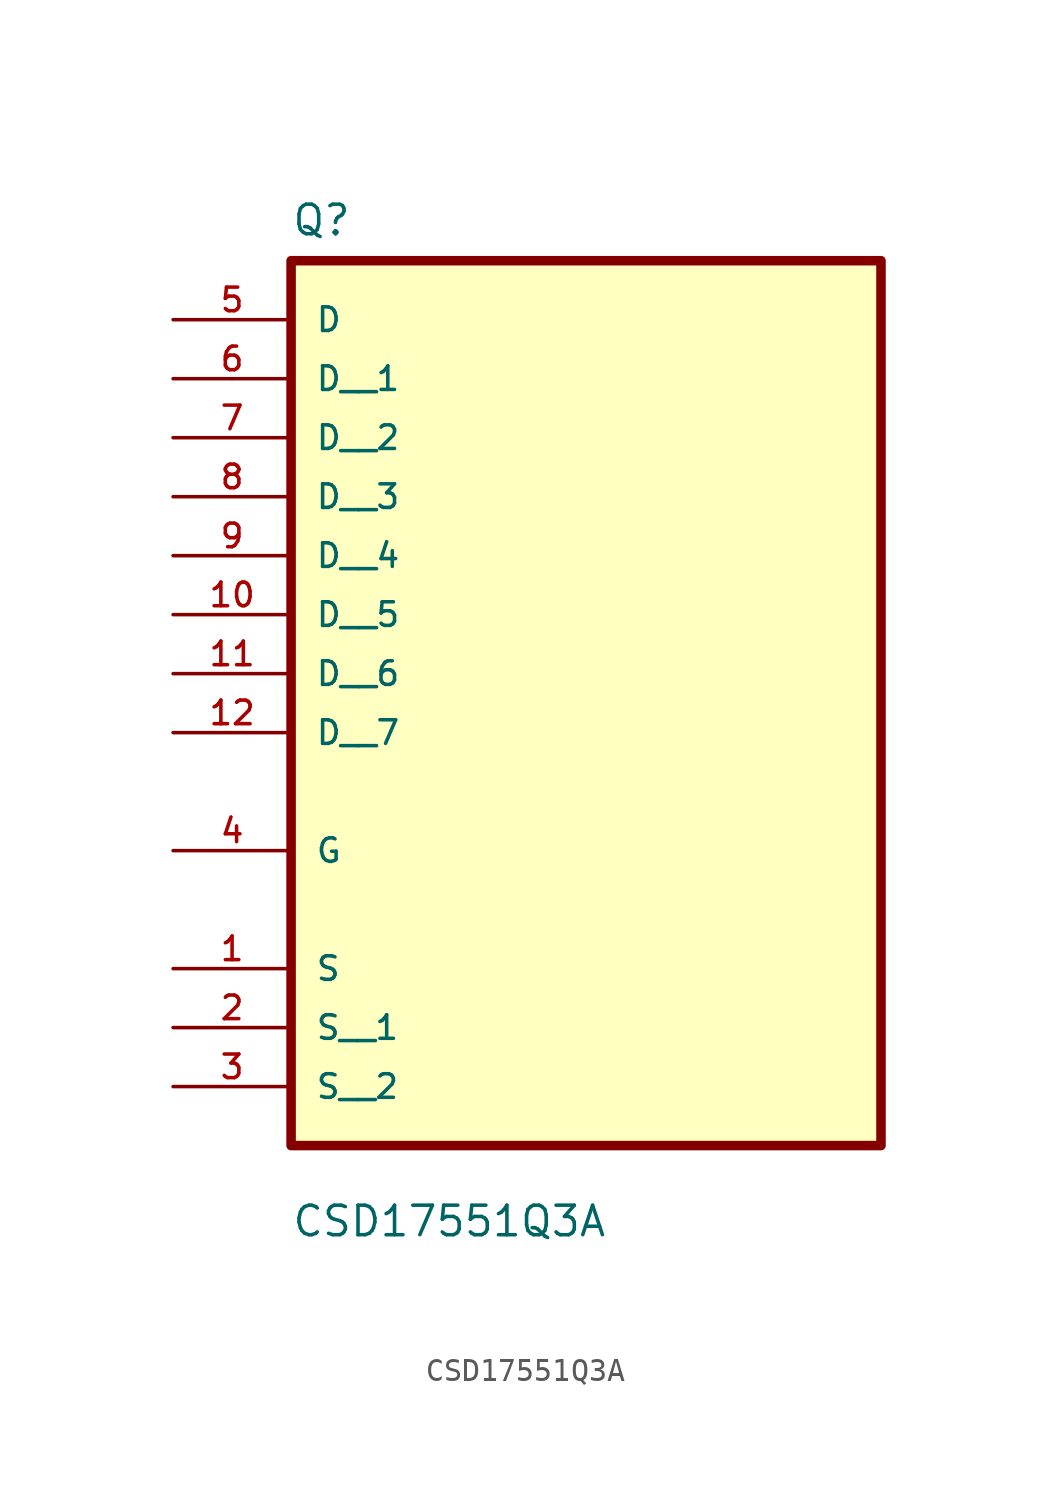
<source format=kicad_sym>
(kicad_symbol_lib
  (version 20211014)
  (generator kicad_symbol_editor)
  (symbol "CSD17551Q3A"
    (pin_names
      (offset 1.016))
    (property "Reference" "Q"
      (at -12.7 8.62 0.0)
      (effects (font (size 1.27 1.27)) (justify bottom left)))
    (property "Value" "CSD17551Q3A"
      (at -12.7 -34.48 0.0)
      (effects (font (size 1.27 1.27)) (justify bottom left)))
    (symbol "CSD17551Q3A_0_0"
      (rectangle (start -12.7 -30.48) (end 12.7 7.62) (stroke (width 0.41)) (fill (type background)))
      (pin bidirectional line (at -17.78 5.08 0) (length 5.08) (name "D" (effects (font (size 1.016 1.016)))) (number "5" (effects (font (size 1.016 1.016)))))
      (pin bidirectional line (at -17.78 -17.78 0) (length 5.08) (name "G" (effects (font (size 1.016 1.016)))) (number "4" (effects (font (size 1.016 1.016)))))
      (pin bidirectional line (at -17.78 -22.86 0) (length 5.08) (name "S" (effects (font (size 1.016 1.016)))) (number "1" (effects (font (size 1.016 1.016)))))
      (pin bidirectional line (at -17.78 2.54 0) (length 5.08) (name "D__1" (effects (font (size 1.016 1.016)))) (number "6" (effects (font (size 1.016 1.016)))))
      (pin bidirectional line (at -17.78 0.0 0) (length 5.08) (name "D__2" (effects (font (size 1.016 1.016)))) (number "7" (effects (font (size 1.016 1.016)))))
      (pin bidirectional line (at -17.78 -2.54 0) (length 5.08) (name "D__3" (effects (font (size 1.016 1.016)))) (number "8" (effects (font (size 1.016 1.016)))))
      (pin bidirectional line (at -17.78 -5.08 0) (length 5.08) (name "D__4" (effects (font (size 1.016 1.016)))) (number "9" (effects (font (size 1.016 1.016)))))
      (pin bidirectional line (at -17.78 -7.62 0) (length 5.08) (name "D__5" (effects (font (size 1.016 1.016)))) (number "10" (effects (font (size 1.016 1.016)))))
      (pin bidirectional line (at -17.78 -10.16 0) (length 5.08) (name "D__6" (effects (font (size 1.016 1.016)))) (number "11" (effects (font (size 1.016 1.016)))))
      (pin bidirectional line (at -17.78 -12.7 0) (length 5.08) (name "D__7" (effects (font (size 1.016 1.016)))) (number "12" (effects (font (size 1.016 1.016)))))
      (pin bidirectional line (at -17.78 -25.4 0) (length 5.08) (name "S__1" (effects (font (size 1.016 1.016)))) (number "2" (effects (font (size 1.016 1.016)))))
      (pin bidirectional line (at -17.78 -27.94 0) (length 5.08) (name "S__2" (effects (font (size 1.016 1.016)))) (number "3" (effects (font (size 1.016 1.016))))))))
</source>
